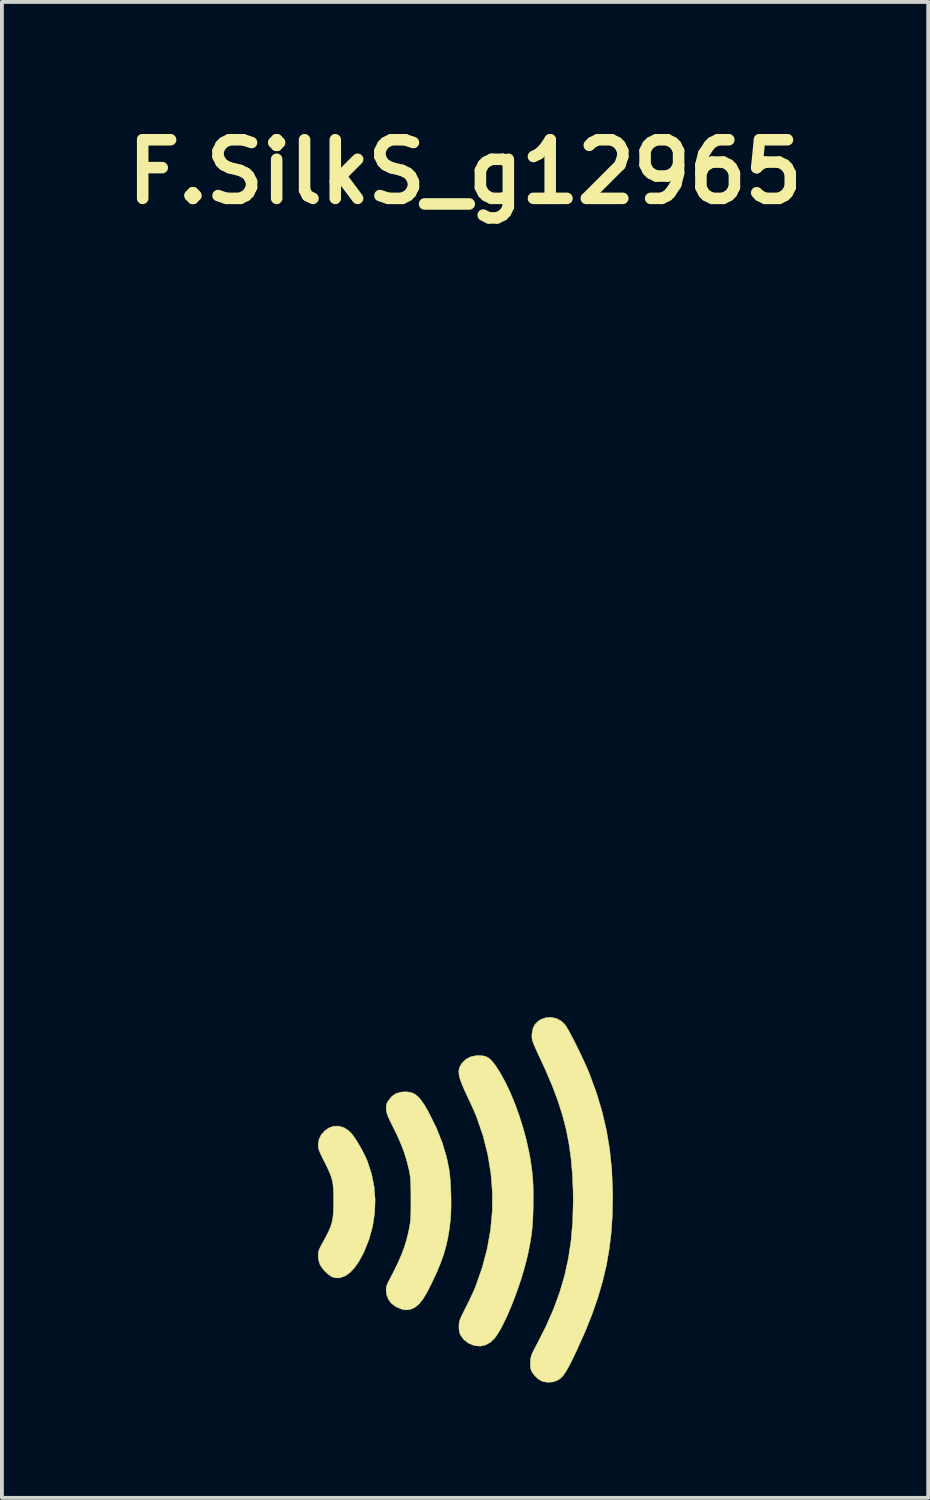
<source format=kicad_pcb>
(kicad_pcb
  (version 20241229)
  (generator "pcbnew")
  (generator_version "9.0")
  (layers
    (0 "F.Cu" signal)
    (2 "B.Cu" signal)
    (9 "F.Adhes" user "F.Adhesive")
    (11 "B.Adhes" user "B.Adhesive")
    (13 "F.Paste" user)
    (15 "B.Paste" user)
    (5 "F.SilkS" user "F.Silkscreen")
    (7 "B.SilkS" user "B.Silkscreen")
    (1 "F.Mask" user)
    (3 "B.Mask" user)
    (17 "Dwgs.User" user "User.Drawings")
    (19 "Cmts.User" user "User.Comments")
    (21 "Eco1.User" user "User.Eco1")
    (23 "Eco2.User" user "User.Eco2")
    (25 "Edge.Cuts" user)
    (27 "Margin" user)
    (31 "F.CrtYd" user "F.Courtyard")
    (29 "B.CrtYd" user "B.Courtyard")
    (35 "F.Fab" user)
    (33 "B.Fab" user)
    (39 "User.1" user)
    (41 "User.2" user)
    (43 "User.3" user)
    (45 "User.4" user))
  (footprint "F.SilkS_g12965"
    (layer "F.Cu")
    (at 9.042 1.418)
    (property "Reference" "F.SilkS_g12965" (at 0 0 0) (layer "F.SilkS") (effects (font (size 1.524 1.524) (thickness 0.3))))
    (attr through_hole)
    (fp_poly (pts (xy -3.151 24.85) (xy -3.032 24.925) (xy -2.971 24.984) (xy -2.904 25.067) (xy -2.827 25.18) (xy -2.747 25.312) (xy -2.669 25.452) (xy -2.598 25.592) (xy -2.542 25.719) (xy -2.539 25.726) (xy -2.432 26.051) (xy -2.365 26.386) (xy -2.338 26.727) (xy -2.351 27.07) (xy -2.402 27.411) (xy -2.493 27.747) (xy -2.623 28.073) (xy -2.645 28.12) (xy -2.758 28.328) (xy -2.875 28.496) (xy -2.995 28.623) (xy -3.118 28.709) (xy -3.244 28.753) (xy -3.289 28.759) (xy -3.387 28.755) (xy -3.468 28.728) (xy -3.473 28.725) (xy -3.564 28.661) (xy -3.656 28.574) (xy -3.733 28.478) (xy -3.775 28.406) (xy -3.811 28.287) (xy -3.82 28.183) (xy -3.818 28.126) (xy -3.812 28.077) (xy -3.795 28.026) (xy -3.767 27.962) (xy -3.722 27.877) (xy -3.692 27.823) (xy -3.608 27.667) (xy -3.542 27.536) (xy -3.494 27.42) (xy -3.46 27.309) (xy -3.438 27.193) (xy -3.425 27.063) (xy -3.42 26.909) (xy -3.419 26.744) (xy -3.42 26.573) (xy -3.425 26.434) (xy -3.436 26.317) (xy -3.456 26.212) (xy -3.487 26.109) (xy -3.532 25.998) (xy -3.592 25.869) (xy -3.656 25.74) (xy -3.717 25.619) (xy -3.761 25.527) (xy -3.79 25.458) (xy -3.808 25.404) (xy -3.817 25.358) (xy -3.819 25.313) (xy -3.819 25.296) (xy -3.799 25.161) (xy -3.742 25.04) (xy -3.644 24.929) (xy -3.644 24.929) (xy -3.529 24.852) (xy -3.405 24.813) (xy -3.277 24.813) (xy -3.151 24.85)) (stroke (width 0.01) (type solid)) (fill yes) (layer "F.SilkS"))
    (fp_poly (pts (xy -1.494 23.922) (xy -1.397 23.939) (xy -1.31 23.977) (xy -1.229 24.039) (xy -1.149 24.129) (xy -1.065 24.25) (xy -0.972 24.407) (xy -0.945 24.457) (xy -0.747 24.856) (xy -0.591 25.249) (xy -0.476 25.637) (xy -0.412 25.956) (xy -0.394 26.109) (xy -0.379 26.293) (xy -0.369 26.495) (xy -0.364 26.703) (xy -0.364 26.907) (xy -0.37 27.094) (xy -0.379 27.233) (xy -0.407 27.48) (xy -0.445 27.71) (xy -0.494 27.931) (xy -0.556 28.149) (xy -0.636 28.372) (xy -0.733 28.607) (xy -0.852 28.863) (xy -0.981 29.119) (xy -1.085 29.296) (xy -1.192 29.431) (xy -1.304 29.525) (xy -1.421 29.578) (xy -1.544 29.591) (xy -1.651 29.571) (xy -1.799 29.508) (xy -1.915 29.421) (xy -1.997 29.311) (xy -2.043 29.181) (xy -2.053 29.078) (xy -2.048 29.01) (xy -2.032 28.944) (xy -1.998 28.866) (xy -1.968 28.808) (xy -1.841 28.564) (xy -1.736 28.346) (xy -1.65 28.147) (xy -1.579 27.957) (xy -1.522 27.77) (xy -1.474 27.577) (xy -1.456 27.492) (xy -1.441 27.412) (xy -1.429 27.338) (xy -1.42 27.264) (xy -1.415 27.18) (xy -1.411 27.081) (xy -1.409 26.958) (xy -1.408 26.803) (xy -1.408 26.712) (xy -1.409 26.54) (xy -1.411 26.403) (xy -1.414 26.293) (xy -1.419 26.205) (xy -1.426 26.129) (xy -1.436 26.06) (xy -1.449 25.989) (xy -1.457 25.951) (xy -1.516 25.712) (xy -1.587 25.484) (xy -1.676 25.254) (xy -1.785 25.011) (xy -1.848 24.883) (xy -1.916 24.748) (xy -1.966 24.644) (xy -2.002 24.563) (xy -2.025 24.5) (xy -2.039 24.448) (xy -2.047 24.4) (xy -2.049 24.373) (xy -2.05 24.295) (xy -2.04 24.238) (xy -2.014 24.181) (xy -1.992 24.147) (xy -1.904 24.038) (xy -1.801 23.967) (xy -1.676 23.929) (xy -1.605 23.922) (xy -1.494 23.922)) (stroke (width 0.01) (type solid)) (fill yes) (layer "F.SilkS"))
    (fp_poly (pts (xy 2.381 22.015) (xy 2.504 22.083) (xy 2.593 22.166) (xy 2.627 22.215) (xy 2.676 22.297) (xy 2.735 22.405) (xy 2.804 22.534) (xy 2.877 22.679) (xy 2.953 22.832) (xy 3.028 22.988) (xy 3.099 23.141) (xy 3.164 23.285) (xy 3.219 23.415) (xy 3.235 23.453) (xy 3.416 23.945) (xy 3.563 24.435) (xy 3.678 24.928) (xy 3.761 25.431) (xy 3.814 25.951) (xy 3.837 26.495) (xy 3.839 26.67) (xy 3.83 27.129) (xy 3.801 27.57) (xy 3.75 27.999) (xy 3.677 28.421) (xy 3.579 28.841) (xy 3.455 29.264) (xy 3.305 29.698) (xy 3.126 30.146) (xy 2.917 30.614) (xy 2.819 30.822) (xy 2.737 30.988) (xy 2.666 31.12) (xy 2.604 31.223) (xy 2.548 31.301) (xy 2.492 31.359) (xy 2.435 31.403) (xy 2.384 31.431) (xy 2.271 31.466) (xy 2.144 31.473) (xy 2.022 31.452) (xy 1.979 31.435) (xy 1.891 31.379) (xy 1.807 31.297) (xy 1.741 31.206) (xy 1.714 31.147) (xy 1.7 31.07) (xy 1.696 30.97) (xy 1.698 30.922) (xy 1.704 30.865) (xy 1.714 30.813) (xy 1.731 30.759) (xy 1.758 30.694) (xy 1.8 30.611) (xy 1.858 30.501) (xy 1.877 30.465) (xy 2.106 30.013) (xy 2.3 29.571) (xy 2.461 29.132) (xy 2.59 28.691) (xy 2.688 28.241) (xy 2.757 27.778) (xy 2.798 27.295) (xy 2.812 26.786) (xy 2.809 26.491) (xy 2.791 26.063) (xy 2.756 25.659) (xy 2.702 25.274) (xy 2.628 24.898) (xy 2.532 24.525) (xy 2.411 24.148) (xy 2.265 23.76) (xy 2.091 23.352) (xy 2.001 23.156) (xy 1.924 22.992) (xy 1.863 22.86) (xy 1.817 22.757) (xy 1.783 22.676) (xy 1.76 22.613) (xy 1.746 22.562) (xy 1.739 22.518) (xy 1.737 22.476) (xy 1.738 22.43) (xy 1.739 22.412) (xy 1.764 22.275) (xy 1.82 22.164) (xy 1.911 22.076) (xy 1.976 22.037) (xy 2.11 21.99) (xy 2.247 21.983) (xy 2.381 22.015)) (stroke (width 0.01) (type solid)) (fill yes) (layer "F.SilkS"))
    (fp_poly (pts (xy 0.459 22.983) (xy 0.548 23.005) (xy 0.626 23.049) (xy 0.701 23.121) (xy 0.783 23.225) (xy 0.788 23.232) (xy 0.919 23.435) (xy 1.049 23.673) (xy 1.176 23.94) (xy 1.296 24.23) (xy 1.407 24.537) (xy 1.507 24.852) (xy 1.593 25.171) (xy 1.663 25.486) (xy 1.692 25.643) (xy 1.724 25.853) (xy 1.748 26.048) (xy 1.764 26.24) (xy 1.773 26.441) (xy 1.775 26.662) (xy 1.772 26.912) (xy 1.766 27.128) (xy 1.757 27.313) (xy 1.744 27.479) (xy 1.725 27.638) (xy 1.7 27.8) (xy 1.667 27.978) (xy 1.647 28.078) (xy 1.596 28.304) (xy 1.531 28.544) (xy 1.457 28.79) (xy 1.374 29.038) (xy 1.285 29.282) (xy 1.192 29.517) (xy 1.098 29.736) (xy 1.004 29.935) (xy 0.913 30.108) (xy 0.827 30.248) (xy 0.769 30.326) (xy 0.658 30.433) (xy 0.533 30.503) (xy 0.398 30.533) (xy 0.258 30.522) (xy 0.229 30.515) (xy 0.088 30.456) (xy -0.027 30.368) (xy -0.099 30.274) (xy -0.133 30.209) (xy -0.151 30.147) (xy -0.158 30.07) (xy -0.159 30.025) (xy -0.158 29.971) (xy -0.154 29.924) (xy -0.144 29.878) (xy -0.125 29.825) (xy -0.096 29.757) (xy -0.052 29.668) (xy 0.008 29.549) (xy 0.014 29.537) (xy 0.079 29.408) (xy 0.143 29.274) (xy 0.202 29.147) (xy 0.25 29.038) (xy 0.271 28.986) (xy 0.443 28.5) (xy 0.573 28.011) (xy 0.661 27.52) (xy 0.707 27.028) (xy 0.71 26.536) (xy 0.672 26.045) (xy 0.592 25.556) (xy 0.47 25.07) (xy 0.305 24.588) (xy 0.292 24.553) (xy 0.261 24.481) (xy 0.217 24.38) (xy 0.164 24.261) (xy 0.105 24.135) (xy 0.062 24.044) (xy -0.023 23.86) (xy -0.087 23.708) (xy -0.132 23.582) (xy -0.157 23.478) (xy -0.163 23.39) (xy -0.153 23.314) (xy -0.125 23.245) (xy -0.081 23.178) (xy -0.078 23.174) (xy 0.024 23.073) (xy 0.148 23.008) (xy 0.295 22.978) (xy 0.349 22.976) (xy 0.459 22.983)) (stroke (width 0.01) (type solid)) (fill yes) (layer "F.SilkS")))
  (gr_rect
    (start -3 -3)
    (end 21.085 35.896)
    (stroke (width 0.1) (type default))
    (fill no)
    (layer "Edge.Cuts")))
</source>
